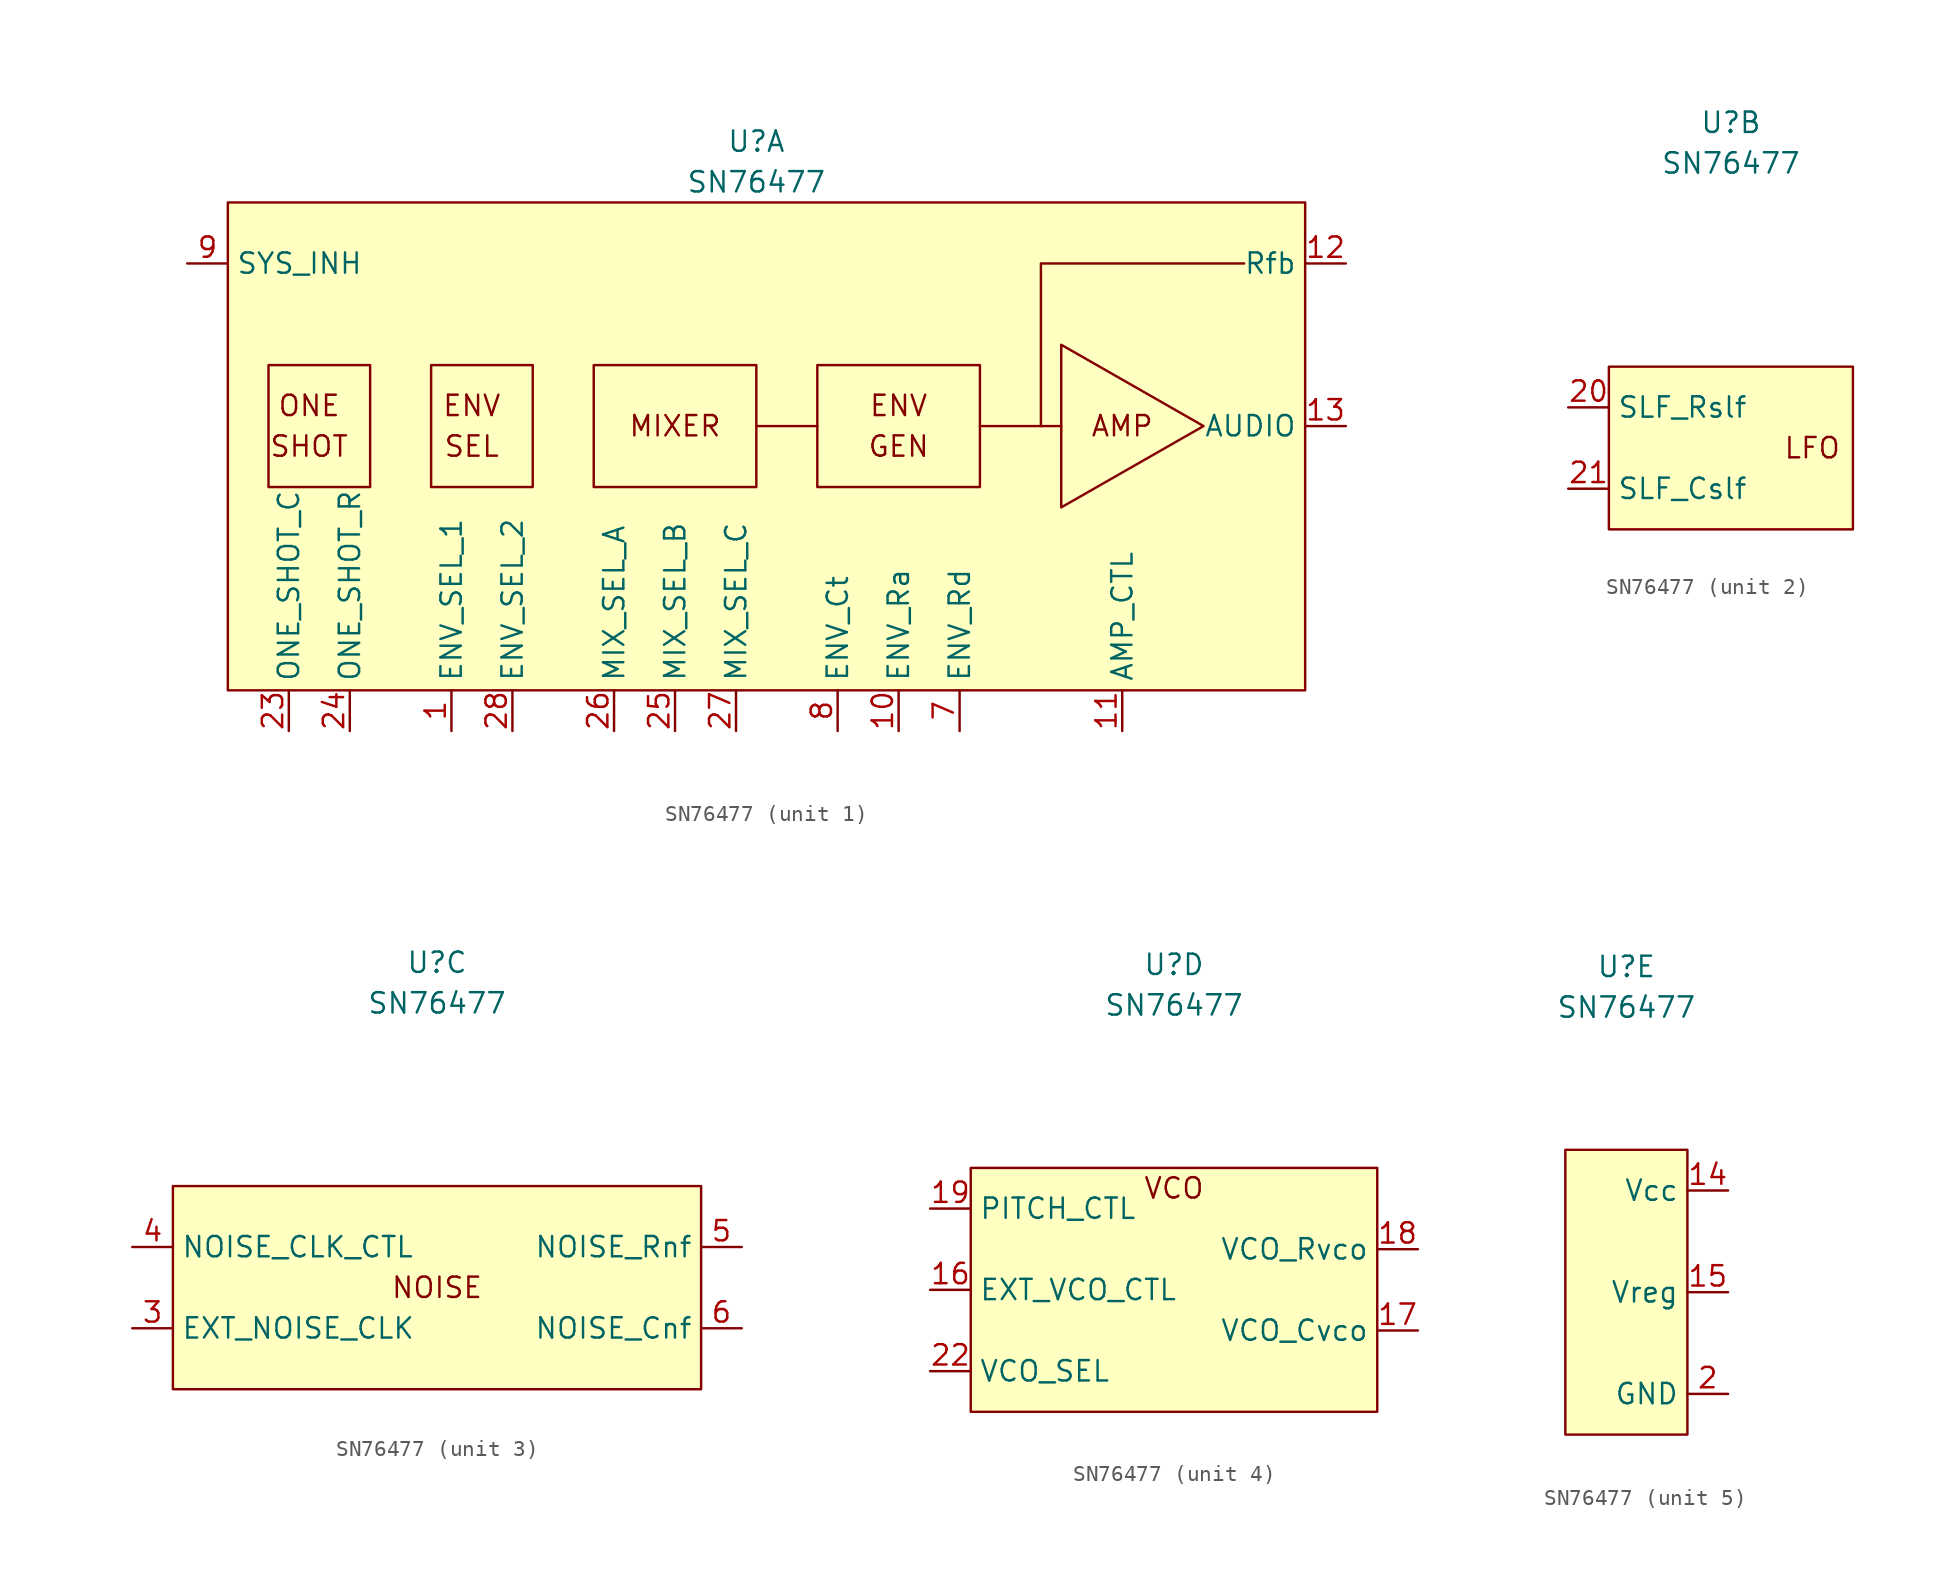
<source format=kicad_sym>
(kicad_symbol_lib
  (version 20211014)
  (generator kicad_symbol_editor)
  (symbol "SN76477"
    (property "Reference" "U"
      (at 0 20.32 0)
      (effects (font (size 1.27 1.27))))
    (property "Value" "SN76477"
      (at 0 17.78 0)
      (effects (font (size 1.27 1.27))))
    (property "ki_locked" ""
      (at 0 0 0)
      (effects (font (size 1.27 1.27))))
    (symbol "SN76477_1_0"
      (rectangle (start -30.48 6.35) (end -24.13 -1.27) (stroke (width 0) (type default) (color 0 0 0 0)) (fill (type none)))
      (rectangle (start -20.32 6.35) (end -13.97 -1.27) (stroke (width 0) (type default) (color 0 0 0 0)) (fill (type none)))
      (rectangle (start -10.16 6.35) (end 0 -1.27) (stroke (width 0) (type default) (color 0 0 0 0)) (fill (type none)))
      (polyline (pts (xy 0 2.54) (xy 3.81 2.54)) (stroke (width 0) (type default) (color 0 0 0 0)) (fill (type none)))
      (polyline (pts (xy 13.97 2.54) (xy 19.05 2.54)) (stroke (width 0) (type default) (color 0 0 0 0)) (fill (type none)))
      (polyline (pts (xy 17.78 2.54) (xy 17.78 12.7) (xy 30.48 12.7)) (stroke (width 0) (type default) (color 0 0 0 0)) (fill (type none)))
      (polyline (pts (xy 19.05 7.62) (xy 19.05 -2.54) (xy 27.94 2.54) (xy 19.05 7.62)) (stroke (width 0) (type default) (color 0 0 0 0)) (fill (type none)))
      (rectangle (start 3.81 6.35) (end 13.97 -1.27) (stroke (width 0) (type default) (color 0 0 0 0)) (fill (type none)))
      (rectangle (start 34.29 -13.97) (end -33.02 16.51) (stroke (width 0) (type default) (color 0 0 0 0)) (fill (type background)))
      (text "AMP" (at 22.86 2.54 0) (effects (font (size 1.27 1.27))))
      (text "ENV" (at -17.78 3.81 0) (effects (font (size 1.27 1.27))))
      (text "ENV" (at 8.89 3.81 0) (effects (font (size 1.27 1.27))))
      (text "GEN" (at 8.89 1.27 0) (effects (font (size 1.27 1.27))))
      (text "MIXER" (at -5.08 2.54 0) (effects (font (size 1.27 1.27))))
      (text "ONE" (at -27.94 3.81 0) (effects (font (size 1.27 1.27))))
      (text "SEL" (at -17.78 1.27 0) (effects (font (size 1.27 1.27))))
      (text "SHOT" (at -27.94 1.27 0) (effects (font (size 1.27 1.27)))))
    (symbol "SN76477_1_1"
      (pin input line (at -19.05 -16.51 90) (length 2.54) (name "ENV_SEL_1" (effects (font (size 1.27 1.27)))) (number "1" (effects (font (size 1.27 1.27)))))
      (pin passive line (at 8.89 -16.51 90) (length 2.54) (name "ENV_Ra" (effects (font (size 1.27 1.27)))) (number "10" (effects (font (size 1.27 1.27)))))
      (pin passive line (at 22.86 -16.51 90) (length 2.54) (name "AMP_CTL" (effects (font (size 1.27 1.27)))) (number "11" (effects (font (size 1.27 1.27)))))
      (pin input line (at 36.83 12.7 180) (length 2.54) (name "Rfb" (effects (font (size 1.27 1.27)))) (number "12" (effects (font (size 1.27 1.27)))))
      (pin output line (at 36.83 2.54 180) (length 2.54) (name "AUDIO" (effects (font (size 1.27 1.27)))) (number "13" (effects (font (size 1.27 1.27)))))
      (pin passive line (at -29.21 -16.51 90) (length 2.54) (name "ONE_SHOT_C" (effects (font (size 1.27 1.27)))) (number "23" (effects (font (size 1.27 1.27)))))
      (pin passive line (at -25.4 -16.51 90) (length 2.54) (name "ONE_SHOT_R" (effects (font (size 1.27 1.27)))) (number "24" (effects (font (size 1.27 1.27)))))
      (pin input line (at -5.08 -16.51 90) (length 2.54) (name "MIX_SEL_B" (effects (font (size 1.27 1.27)))) (number "25" (effects (font (size 1.27 1.27)))))
      (pin input line (at -8.89 -16.51 90) (length 2.54) (name "MIX_SEL_A" (effects (font (size 1.27 1.27)))) (number "26" (effects (font (size 1.27 1.27)))))
      (pin input line (at -1.27 -16.51 90) (length 2.54) (name "MIX_SEL_C" (effects (font (size 1.27 1.27)))) (number "27" (effects (font (size 1.27 1.27)))))
      (pin input line (at -15.24 -16.51 90) (length 2.54) (name "ENV_SEL_2" (effects (font (size 1.27 1.27)))) (number "28" (effects (font (size 1.27 1.27)))))
      (pin passive line (at 12.7 -16.51 90) (length 2.54) (name "ENV_Rd" (effects (font (size 1.27 1.27)))) (number "7" (effects (font (size 1.27 1.27)))))
      (pin passive line (at 5.08 -16.51 90) (length 2.54) (name "ENV_Ct" (effects (font (size 1.27 1.27)))) (number "8" (effects (font (size 1.27 1.27)))))
      (pin input line (at -35.56 12.7 0) (length 2.54) (name "SYS_INH" (effects (font (size 1.27 1.27)))) (number "9" (effects (font (size 1.27 1.27))))))
    (symbol "SN76477_2_0"
      (rectangle (start -7.62 5.08) (end 7.62 -5.08) (stroke (width 0) (type default) (color 0 0 0 0)) (fill (type background)))
      (text "LFO" (at 5.08 0 0) (effects (font (size 1.27 1.27)))))
    (symbol "SN76477_2_1"
      (pin passive line (at -10.16 2.54 0) (length 2.54) (name "SLF_Rslf" (effects (font (size 1.27 1.27)))) (number "20" (effects (font (size 1.27 1.27)))))
      (pin passive line (at -10.16 -2.54 0) (length 2.54) (name "SLF_Cslf" (effects (font (size 1.27 1.27)))) (number "21" (effects (font (size 1.27 1.27))))))
    (symbol "SN76477_3_0"
      (rectangle (start -16.51 6.35) (end 16.51 -6.35) (stroke (width 0) (type default) (color 0 0 0 0)) (fill (type background)))
      (text "NOISE" (at 0 0 0) (effects (font (size 1.27 1.27)))))
    (symbol "SN76477_3_1"
      (pin passive line (at -19.05 -2.54 0) (length 2.54) (name "EXT_NOISE_CLK" (effects (font (size 1.27 1.27)))) (number "3" (effects (font (size 1.27 1.27)))))
      (pin passive line (at -19.05 2.54 0) (length 2.54) (name "NOISE_CLK_CTL" (effects (font (size 1.27 1.27)))) (number "4" (effects (font (size 1.27 1.27)))))
      (pin passive line (at 19.05 2.54 180) (length 2.54) (name "NOISE_Rnf" (effects (font (size 1.27 1.27)))) (number "5" (effects (font (size 1.27 1.27)))))
      (pin passive line (at 19.05 -2.54 180) (length 2.54) (name "NOISE_Cnf" (effects (font (size 1.27 1.27)))) (number "6" (effects (font (size 1.27 1.27))))))
    (symbol "SN76477_4_0"
      (rectangle (start -12.7 7.62) (end 12.7 -7.62) (stroke (width 0) (type default) (color 0 0 0 0)) (fill (type background)))
      (text "VCO" (at 0 6.35 0) (effects (font (size 1.27 1.27)))))
    (symbol "SN76477_4_1"
      (pin input line (at -15.24 0 0) (length 2.54) (name "EXT_VCO_CTL" (effects (font (size 1.27 1.27)))) (number "16" (effects (font (size 1.27 1.27)))))
      (pin passive line (at 15.24 -2.54 180) (length 2.54) (name "VCO_Cvco" (effects (font (size 1.27 1.27)))) (number "17" (effects (font (size 1.27 1.27)))))
      (pin passive line (at 15.24 2.54 180) (length 2.54) (name "VCO_Rvco" (effects (font (size 1.27 1.27)))) (number "18" (effects (font (size 1.27 1.27)))))
      (pin input line (at -15.24 5.08 0) (length 2.54) (name "PITCH_CTL" (effects (font (size 1.27 1.27)))) (number "19" (effects (font (size 1.27 1.27)))))
      (pin input line (at -15.24 -5.08 0) (length 2.54) (name "VCO_SEL" (effects (font (size 1.27 1.27)))) (number "22" (effects (font (size 1.27 1.27))))))
    (symbol "SN76477_5_0"
      (rectangle (start 3.81 8.89) (end -3.81 -8.89) (stroke (width 0) (type default) (color 0 0 0 0)) (fill (type background))))
    (symbol "SN76477_5_1"
      (pin power_in line (at 6.35 6.35 180) (length 2.54) (name "Vcc" (effects (font (size 1.27 1.27)))) (number "14" (effects (font (size 1.27 1.27)))))
      (pin power_in line (at 6.35 0 180) (length 2.54) (name "Vreg" (effects (font (size 1.27 1.27)))) (number "15" (effects (font (size 1.27 1.27)))))
      (pin power_in line (at 6.35 -6.35 180) (length 2.54) (name "GND" (effects (font (size 1.27 1.27)))) (number "2" (effects (font (size 1.27 1.27))))))))
</source>
